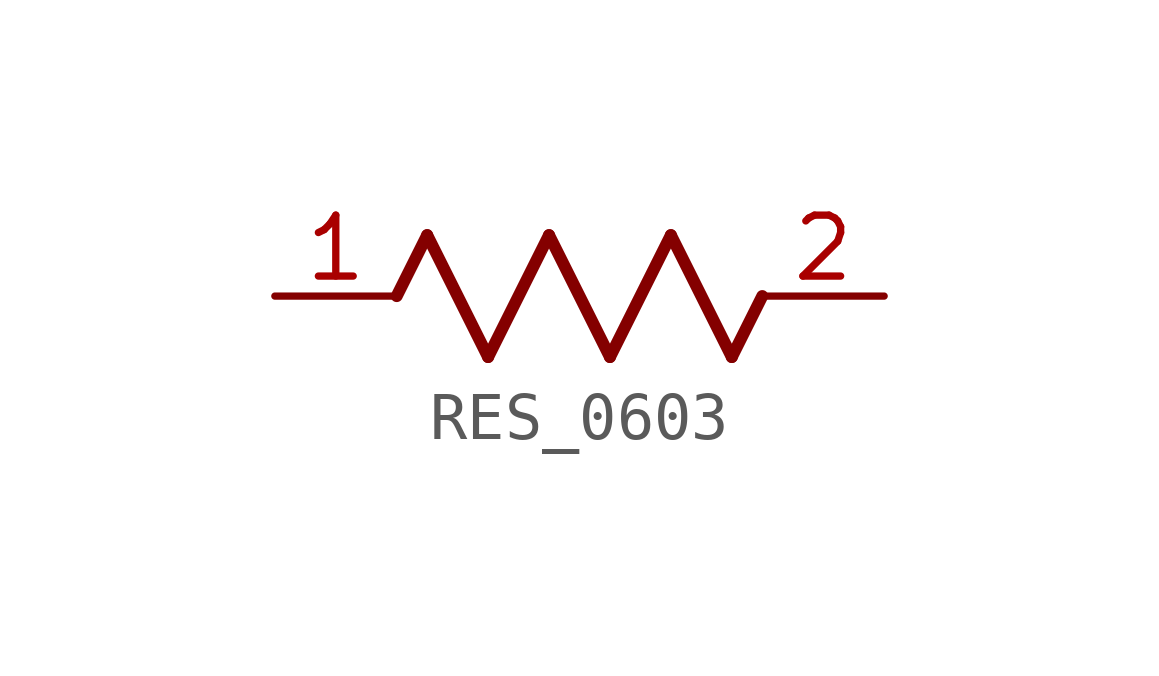
<source format=kicad_sym>
(kicad_symbol_lib
  (version 20231120)
  (generator "kicad_symbol_editor")
  (generator_version "8.0")
  (symbol "RES_0603"
    (property "Reference" "R"
      (at 0 0 0)
      (effects (font (size 1.27 1.27)) (hide yes)))
    (property "ki_locked" ""
      (at 0 0 0)
      (effects (font (size 1.27 1.27))))
    (symbol "RES_0603_1_0"
      (polyline (pts (xy -3.81 0) (xy -3.175 1.27)) (stroke (width 0.25) (type solid)) (fill (type none)))
      (polyline (pts (xy -3.175 1.27) (xy -1.905 -1.27)) (stroke (width 0.25) (type solid)) (fill (type none)))
      (polyline (pts (xy -1.905 -1.27) (xy -0.635 1.27)) (stroke (width 0.25) (type solid)) (fill (type none)))
      (polyline (pts (xy -0.635 1.27) (xy 0.635 -1.27)) (stroke (width 0.25) (type solid)) (fill (type none)))
      (polyline (pts (xy 0.635 -1.27) (xy 1.905 1.27)) (stroke (width 0.25) (type solid)) (fill (type none)))
      (polyline (pts (xy 1.905 1.27) (xy 3.175 -1.27)) (stroke (width 0.25) (type solid)) (fill (type none)))
      (polyline (pts (xy 3.175 -1.27) (xy 3.81 0)) (stroke (width 0.25) (type solid)) (fill (type none)))
      (pin passive line (at -6.35 0 0) (length 2.54) (name "1" (effects (font (size 0 0)))) (number "1" (effects (font (size 1.27 1.27)))))
      (pin passive line (at 6.35 0 180) (length 2.54) (name "2" (effects (font (size 0 0)))) (number "2" (effects (font (size 1.27 1.27))))))))
</source>
